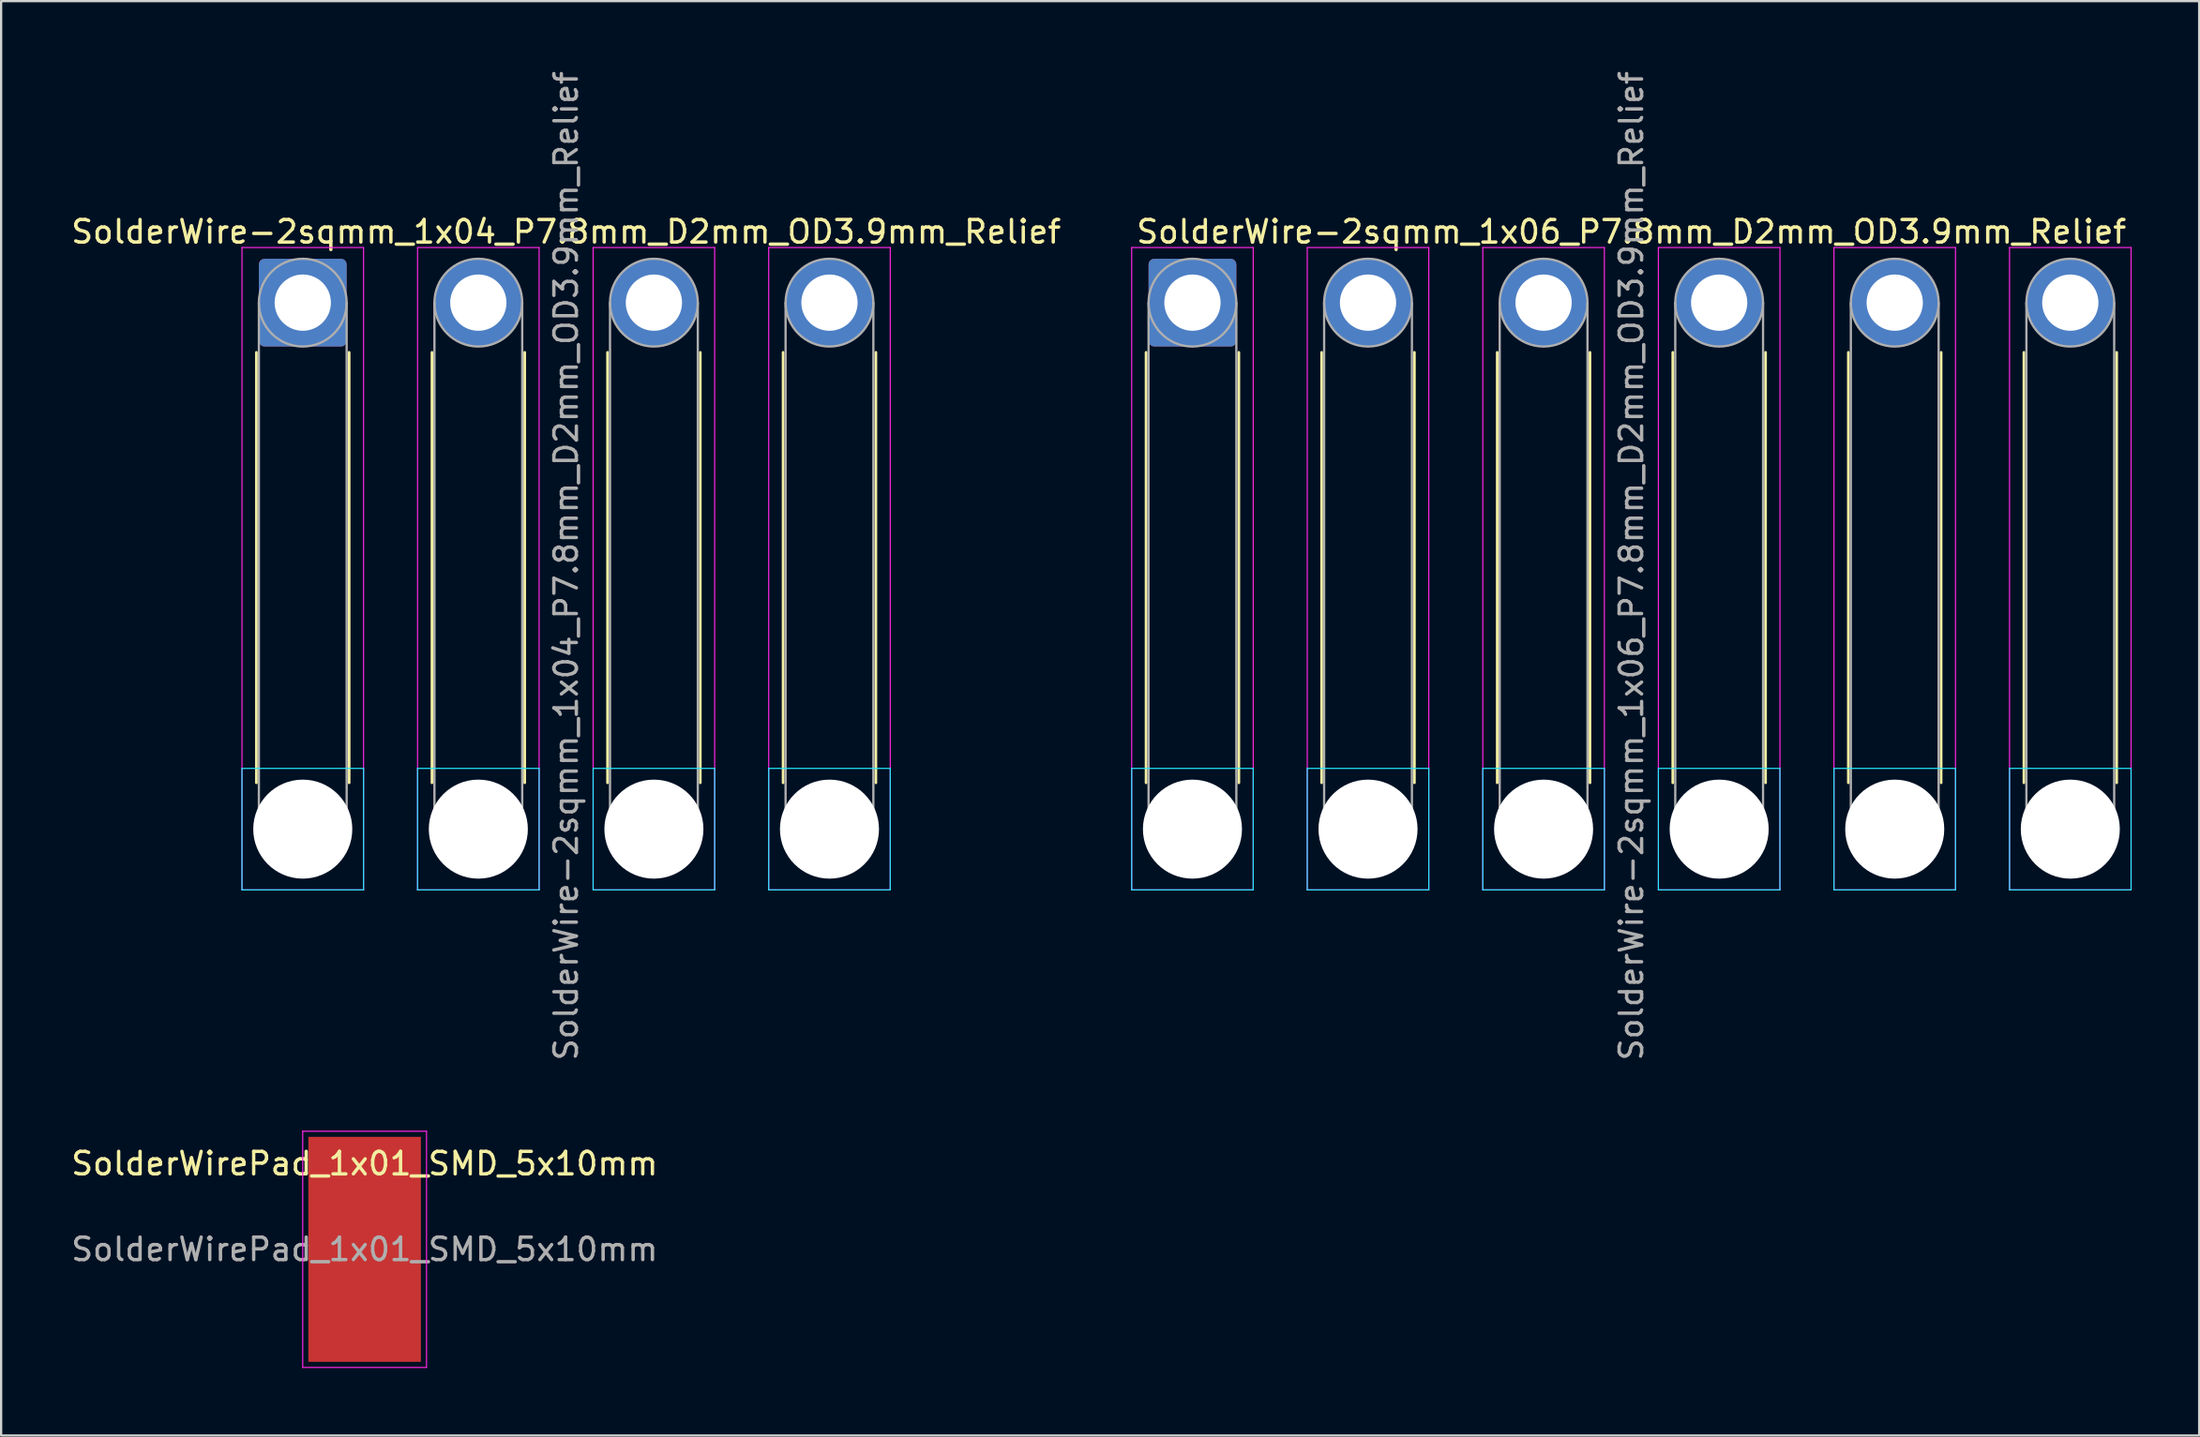
<source format=kicad_pcb>
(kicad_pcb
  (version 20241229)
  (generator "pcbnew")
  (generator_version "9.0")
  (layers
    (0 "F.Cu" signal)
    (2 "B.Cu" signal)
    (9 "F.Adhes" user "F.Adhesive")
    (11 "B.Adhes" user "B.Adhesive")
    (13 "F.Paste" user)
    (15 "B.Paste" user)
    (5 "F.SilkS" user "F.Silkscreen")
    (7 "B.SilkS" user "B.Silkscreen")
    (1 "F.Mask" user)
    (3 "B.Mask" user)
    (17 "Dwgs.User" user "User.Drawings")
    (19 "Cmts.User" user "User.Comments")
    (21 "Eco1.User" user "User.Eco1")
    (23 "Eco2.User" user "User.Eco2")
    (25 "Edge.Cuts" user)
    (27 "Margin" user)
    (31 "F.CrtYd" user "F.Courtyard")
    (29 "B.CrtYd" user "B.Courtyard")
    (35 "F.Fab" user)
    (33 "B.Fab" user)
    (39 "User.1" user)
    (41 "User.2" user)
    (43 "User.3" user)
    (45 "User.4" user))
  (footprint "SolderWire-2sqmm_1x06_P7.8mm_D2mm_OD3.9mm_Relief"
    (layer "F.Cu")
    (at 49.927 10.401)
    (property "Reference" "SolderWire-2sqmm_1x06_P7.8mm_D2mm_OD3.9mm_Relief" (at 19.5 -3.15 0) (layer "F.SilkS") (effects (font (size 1 1) (thickness 0.15))))
    (attr exclude_from_pos_files exclude_from_bom)
    (fp_line (start -2.06 2.21) (end -2.06 21.34) (stroke (width 0.12) (type solid)) (layer "F.SilkS"))
    (fp_line (start 2.06 2.21) (end 2.06 21.34) (stroke (width 0.12) (type solid)) (layer "F.SilkS"))
    (fp_line (start 5.74 2.21) (end 5.74 21.34) (stroke (width 0.12) (type solid)) (layer "F.SilkS"))
    (fp_line (start 9.86 2.21) (end 9.86 21.34) (stroke (width 0.12) (type solid)) (layer "F.SilkS"))
    (fp_line (start 13.54 2.21) (end 13.54 21.34) (stroke (width 0.12) (type solid)) (layer "F.SilkS"))
    (fp_line (start 17.66 2.21) (end 17.66 21.34) (stroke (width 0.12) (type solid)) (layer "F.SilkS"))
    (fp_line (start 21.34 2.21) (end 21.34 21.34) (stroke (width 0.12) (type solid)) (layer "F.SilkS"))
    (fp_line (start 25.46 2.21) (end 25.46 21.34) (stroke (width 0.12) (type solid)) (layer "F.SilkS"))
    (fp_line (start 29.14 2.21) (end 29.14 21.34) (stroke (width 0.12) (type solid)) (layer "F.SilkS"))
    (fp_line (start 33.26 2.21) (end 33.26 21.34) (stroke (width 0.12) (type solid)) (layer "F.SilkS"))
    (fp_line (start 36.94 2.21) (end 36.94 21.34) (stroke (width 0.12) (type solid)) (layer "F.SilkS"))
    (fp_line (start 41.06 2.21) (end 41.06 21.34) (stroke (width 0.12) (type solid)) (layer "F.SilkS"))
    (fp_line (start -2.7 20.7) (end -2.7 26.1) (stroke (width 0.05) (type solid)) (layer "B.CrtYd"))
    (fp_line (start -2.7 26.1) (end 2.7 26.1) (stroke (width 0.05) (type solid)) (layer "B.CrtYd"))
    (fp_line (start 2.7 20.7) (end -2.7 20.7) (stroke (width 0.05) (type solid)) (layer "B.CrtYd"))
    (fp_line (start 2.7 26.1) (end 2.7 20.7) (stroke (width 0.05) (type solid)) (layer "B.CrtYd"))
    (fp_line (start 5.1 20.7) (end 5.1 26.1) (stroke (width 0.05) (type solid)) (layer "B.CrtYd"))
    (fp_line (start 5.1 26.1) (end 10.5 26.1) (stroke (width 0.05) (type solid)) (layer "B.CrtYd"))
    (fp_line (start 10.5 20.7) (end 5.1 20.7) (stroke (width 0.05) (type solid)) (layer "B.CrtYd"))
    (fp_line (start 10.5 26.1) (end 10.5 20.7) (stroke (width 0.05) (type solid)) (layer "B.CrtYd"))
    (fp_line (start 12.9 20.7) (end 12.9 26.1) (stroke (width 0.05) (type solid)) (layer "B.CrtYd"))
    (fp_line (start 12.9 26.1) (end 18.3 26.1) (stroke (width 0.05) (type solid)) (layer "B.CrtYd"))
    (fp_line (start 18.3 20.7) (end 12.9 20.7) (stroke (width 0.05) (type solid)) (layer "B.CrtYd"))
    (fp_line (start 18.3 26.1) (end 18.3 20.7) (stroke (width 0.05) (type solid)) (layer "B.CrtYd"))
    (fp_line (start 20.7 20.7) (end 20.7 26.1) (stroke (width 0.05) (type solid)) (layer "B.CrtYd"))
    (fp_line (start 20.7 26.1) (end 26.1 26.1) (stroke (width 0.05) (type solid)) (layer "B.CrtYd"))
    (fp_line (start 26.1 20.7) (end 20.7 20.7) (stroke (width 0.05) (type solid)) (layer "B.CrtYd"))
    (fp_line (start 26.1 26.1) (end 26.1 20.7) (stroke (width 0.05) (type solid)) (layer "B.CrtYd"))
    (fp_line (start 28.5 20.7) (end 28.5 26.1) (stroke (width 0.05) (type solid)) (layer "B.CrtYd"))
    (fp_line (start 28.5 26.1) (end 33.9 26.1) (stroke (width 0.05) (type solid)) (layer "B.CrtYd"))
    (fp_line (start 33.9 20.7) (end 28.5 20.7) (stroke (width 0.05) (type solid)) (layer "B.CrtYd"))
    (fp_line (start 33.9 26.1) (end 33.9 20.7) (stroke (width 0.05) (type solid)) (layer "B.CrtYd"))
    (fp_line (start 36.3 20.7) (end 36.3 26.1) (stroke (width 0.05) (type solid)) (layer "B.CrtYd"))
    (fp_line (start 36.3 26.1) (end 41.7 26.1) (stroke (width 0.05) (type solid)) (layer "B.CrtYd"))
    (fp_line (start 41.7 20.7) (end 36.3 20.7) (stroke (width 0.05) (type solid)) (layer "B.CrtYd"))
    (fp_line (start 41.7 26.1) (end 41.7 20.7) (stroke (width 0.05) (type solid)) (layer "B.CrtYd"))
    (fp_line (start -2.7 -2.45) (end -2.7 26.1) (stroke (width 0.05) (type solid)) (layer "F.CrtYd"))
    (fp_line (start -2.7 26.1) (end 2.7 26.1) (stroke (width 0.05) (type solid)) (layer "F.CrtYd"))
    (fp_line (start 2.7 -2.45) (end -2.7 -2.45) (stroke (width 0.05) (type solid)) (layer "F.CrtYd"))
    (fp_line (start 2.7 26.1) (end 2.7 -2.45) (stroke (width 0.05) (type solid)) (layer "F.CrtYd"))
    (fp_line (start 5.1 -2.45) (end 5.1 26.1) (stroke (width 0.05) (type solid)) (layer "F.CrtYd"))
    (fp_line (start 5.1 26.1) (end 10.5 26.1) (stroke (width 0.05) (type solid)) (layer "F.CrtYd"))
    (fp_line (start 10.5 -2.45) (end 5.1 -2.45) (stroke (width 0.05) (type solid)) (layer "F.CrtYd"))
    (fp_line (start 10.5 26.1) (end 10.5 -2.45) (stroke (width 0.05) (type solid)) (layer "F.CrtYd"))
    (fp_line (start 12.9 -2.45) (end 12.9 26.1) (stroke (width 0.05) (type solid)) (layer "F.CrtYd"))
    (fp_line (start 12.9 26.1) (end 18.3 26.1) (stroke (width 0.05) (type solid)) (layer "F.CrtYd"))
    (fp_line (start 18.3 -2.45) (end 12.9 -2.45) (stroke (width 0.05) (type solid)) (layer "F.CrtYd"))
    (fp_line (start 18.3 26.1) (end 18.3 -2.45) (stroke (width 0.05) (type solid)) (layer "F.CrtYd"))
    (fp_line (start 20.7 -2.45) (end 20.7 26.1) (stroke (width 0.05) (type solid)) (layer "F.CrtYd"))
    (fp_line (start 20.7 26.1) (end 26.1 26.1) (stroke (width 0.05) (type solid)) (layer "F.CrtYd"))
    (fp_line (start 26.1 -2.45) (end 20.7 -2.45) (stroke (width 0.05) (type solid)) (layer "F.CrtYd"))
    (fp_line (start 26.1 26.1) (end 26.1 -2.45) (stroke (width 0.05) (type solid)) (layer "F.CrtYd"))
    (fp_line (start 28.5 -2.45) (end 28.5 26.1) (stroke (width 0.05) (type solid)) (layer "F.CrtYd"))
    (fp_line (start 28.5 26.1) (end 33.9 26.1) (stroke (width 0.05) (type solid)) (layer "F.CrtYd"))
    (fp_line (start 33.9 -2.45) (end 28.5 -2.45) (stroke (width 0.05) (type solid)) (layer "F.CrtYd"))
    (fp_line (start 33.9 26.1) (end 33.9 -2.45) (stroke (width 0.05) (type solid)) (layer "F.CrtYd"))
    (fp_line (start 36.3 -2.45) (end 36.3 26.1) (stroke (width 0.05) (type solid)) (layer "F.CrtYd"))
    (fp_line (start 36.3 26.1) (end 41.7 26.1) (stroke (width 0.05) (type solid)) (layer "F.CrtYd"))
    (fp_line (start 41.7 -2.45) (end 36.3 -2.45) (stroke (width 0.05) (type solid)) (layer "F.CrtYd"))
    (fp_line (start 41.7 26.1) (end 41.7 -2.45) (stroke (width 0.05) (type solid)) (layer "F.CrtYd"))
    (fp_line (start -1.95 0) (end -1.95 23.4) (stroke (width 0.1) (type solid)) (layer "F.Fab"))
    (fp_line (start 1.95 0) (end 1.95 23.4) (stroke (width 0.1) (type solid)) (layer "F.Fab"))
    (fp_line (start 5.85 0) (end 5.85 23.4) (stroke (width 0.1) (type solid)) (layer "F.Fab"))
    (fp_line (start 9.75 0) (end 9.75 23.4) (stroke (width 0.1) (type solid)) (layer "F.Fab"))
    (fp_line (start 13.65 0) (end 13.65 23.4) (stroke (width 0.1) (type solid)) (layer "F.Fab"))
    (fp_line (start 17.55 0) (end 17.55 23.4) (stroke (width 0.1) (type solid)) (layer "F.Fab"))
    (fp_line (start 21.45 0) (end 21.45 23.4) (stroke (width 0.1) (type solid)) (layer "F.Fab"))
    (fp_line (start 25.35 0) (end 25.35 23.4) (stroke (width 0.1) (type solid)) (layer "F.Fab"))
    (fp_line (start 29.25 0) (end 29.25 23.4) (stroke (width 0.1) (type solid)) (layer "F.Fab"))
    (fp_line (start 33.15 0) (end 33.15 23.4) (stroke (width 0.1) (type solid)) (layer "F.Fab"))
    (fp_line (start 37.05 0) (end 37.05 23.4) (stroke (width 0.1) (type solid)) (layer "F.Fab"))
    (fp_line (start 40.95 0) (end 40.95 23.4) (stroke (width 0.1) (type solid)) (layer "F.Fab"))
    (fp_circle (center 0 0) (end 1.95 0) (stroke (width 0.1) (type solid)) (fill no) (layer "F.Fab"))
    (fp_circle (center 0 23.4) (end 1.95 23.4) (stroke (width 0.1) (type solid)) (fill no) (layer "F.Fab"))
    (fp_circle (center 7.8 0) (end 9.75 0) (stroke (width 0.1) (type solid)) (fill no) (layer "F.Fab"))
    (fp_circle (center 7.8 23.4) (end 9.75 23.4) (stroke (width 0.1) (type solid)) (fill no) (layer "F.Fab"))
    (fp_circle (center 15.6 0) (end 17.55 0) (stroke (width 0.1) (type solid)) (fill no) (layer "F.Fab"))
    (fp_circle (center 15.6 23.4) (end 17.55 23.4) (stroke (width 0.1) (type solid)) (fill no) (layer "F.Fab"))
    (fp_circle (center 23.4 0) (end 25.35 0) (stroke (width 0.1) (type solid)) (fill no) (layer "F.Fab"))
    (fp_circle (center 23.4 23.4) (end 25.35 23.4) (stroke (width 0.1) (type solid)) (fill no) (layer "F.Fab"))
    (fp_circle (center 31.2 0) (end 33.15 0) (stroke (width 0.1) (type solid)) (fill no) (layer "F.Fab"))
    (fp_circle (center 31.2 23.4) (end 33.15 23.4) (stroke (width 0.1) (type solid)) (fill no) (layer "F.Fab"))
    (fp_circle (center 39 0) (end 40.95 0) (stroke (width 0.1) (type solid)) (fill no) (layer "F.Fab"))
    (fp_circle (center 39 23.4) (end 40.95 23.4) (stroke (width 0.1) (type solid)) (fill no) (layer "F.Fab"))
    (fp_text user "${REFERENCE}" (at 19.5 11.7 90) (layer "F.Fab") (effects (font (size 1 1) (thickness 0.15))))
    (pad "" np_thru_hole circle (at 0 23.4) (size 4.4 4.4) (drill 4.4) (layers "*.Cu" "*.Mask"))
    (pad "" np_thru_hole circle (at 7.8 23.4) (size 4.4 4.4) (drill 4.4) (layers "*.Cu" "*.Mask"))
    (pad "" np_thru_hole circle (at 15.6 23.4) (size 4.4 4.4) (drill 4.4) (layers "*.Cu" "*.Mask"))
    (pad "" np_thru_hole circle (at 23.4 23.4) (size 4.4 4.4) (drill 4.4) (layers "*.Cu" "*.Mask"))
    (pad "" np_thru_hole circle (at 31.2 23.4) (size 4.4 4.4) (drill 4.4) (layers "*.Cu" "*.Mask"))
    (pad "" np_thru_hole circle (at 39 23.4) (size 4.4 4.4) (drill 4.4) (layers "*.Cu" "*.Mask"))
    (pad "1" thru_hole roundrect (at 0 0) (size 3.9 3.9) (drill 2.5) (layers "*.Cu" "*.Mask") (roundrect_rratio 0.064))
    (pad "2" thru_hole circle (at 7.8 0) (size 3.9 3.9) (drill 2.5) (layers "*.Cu" "*.Mask"))
    (pad "3" thru_hole circle (at 15.6 0) (size 3.9 3.9) (drill 2.5) (layers "*.Cu" "*.Mask"))
    (pad "4" thru_hole circle (at 23.4 0) (size 3.9 3.9) (drill 2.5) (layers "*.Cu" "*.Mask"))
    (pad "5" thru_hole circle (at 31.2 0) (size 3.9 3.9) (drill 2.5) (layers "*.Cu" "*.Mask"))
    (pad "6" thru_hole circle (at 39 0) (size 3.9 3.9) (drill 2.5) (layers "*.Cu" "*.Mask")))
  (footprint "SolderWire-2sqmm_1x04_P7.8mm_D2mm_OD3.9mm_Relief"
    (layer "F.Cu")
    (at 10.401 10.401)
    (property "Reference" "SolderWire-2sqmm_1x04_P7.8mm_D2mm_OD3.9mm_Relief" (at 11.7 -3.15 0) (layer "F.SilkS") (effects (font (size 1 1) (thickness 0.15))))
    (attr exclude_from_pos_files exclude_from_bom)
    (fp_line (start -2.06 2.21) (end -2.06 21.34) (stroke (width 0.12) (type solid)) (layer "F.SilkS"))
    (fp_line (start 2.06 2.21) (end 2.06 21.34) (stroke (width 0.12) (type solid)) (layer "F.SilkS"))
    (fp_line (start 5.74 2.21) (end 5.74 21.34) (stroke (width 0.12) (type solid)) (layer "F.SilkS"))
    (fp_line (start 9.86 2.21) (end 9.86 21.34) (stroke (width 0.12) (type solid)) (layer "F.SilkS"))
    (fp_line (start 13.54 2.21) (end 13.54 21.34) (stroke (width 0.12) (type solid)) (layer "F.SilkS"))
    (fp_line (start 17.66 2.21) (end 17.66 21.34) (stroke (width 0.12) (type solid)) (layer "F.SilkS"))
    (fp_line (start 21.34 2.21) (end 21.34 21.34) (stroke (width 0.12) (type solid)) (layer "F.SilkS"))
    (fp_line (start 25.46 2.21) (end 25.46 21.34) (stroke (width 0.12) (type solid)) (layer "F.SilkS"))
    (fp_line (start -2.7 20.7) (end -2.7 26.1) (stroke (width 0.05) (type solid)) (layer "B.CrtYd"))
    (fp_line (start -2.7 26.1) (end 2.7 26.1) (stroke (width 0.05) (type solid)) (layer "B.CrtYd"))
    (fp_line (start 2.7 20.7) (end -2.7 20.7) (stroke (width 0.05) (type solid)) (layer "B.CrtYd"))
    (fp_line (start 2.7 26.1) (end 2.7 20.7) (stroke (width 0.05) (type solid)) (layer "B.CrtYd"))
    (fp_line (start 5.1 20.7) (end 5.1 26.1) (stroke (width 0.05) (type solid)) (layer "B.CrtYd"))
    (fp_line (start 5.1 26.1) (end 10.5 26.1) (stroke (width 0.05) (type solid)) (layer "B.CrtYd"))
    (fp_line (start 10.5 20.7) (end 5.1 20.7) (stroke (width 0.05) (type solid)) (layer "B.CrtYd"))
    (fp_line (start 10.5 26.1) (end 10.5 20.7) (stroke (width 0.05) (type solid)) (layer "B.CrtYd"))
    (fp_line (start 12.9 20.7) (end 12.9 26.1) (stroke (width 0.05) (type solid)) (layer "B.CrtYd"))
    (fp_line (start 12.9 26.1) (end 18.3 26.1) (stroke (width 0.05) (type solid)) (layer "B.CrtYd"))
    (fp_line (start 18.3 20.7) (end 12.9 20.7) (stroke (width 0.05) (type solid)) (layer "B.CrtYd"))
    (fp_line (start 18.3 26.1) (end 18.3 20.7) (stroke (width 0.05) (type solid)) (layer "B.CrtYd"))
    (fp_line (start 20.7 20.7) (end 20.7 26.1) (stroke (width 0.05) (type solid)) (layer "B.CrtYd"))
    (fp_line (start 20.7 26.1) (end 26.1 26.1) (stroke (width 0.05) (type solid)) (layer "B.CrtYd"))
    (fp_line (start 26.1 20.7) (end 20.7 20.7) (stroke (width 0.05) (type solid)) (layer "B.CrtYd"))
    (fp_line (start 26.1 26.1) (end 26.1 20.7) (stroke (width 0.05) (type solid)) (layer "B.CrtYd"))
    (fp_line (start -2.7 -2.45) (end -2.7 26.1) (stroke (width 0.05) (type solid)) (layer "F.CrtYd"))
    (fp_line (start -2.7 26.1) (end 2.7 26.1) (stroke (width 0.05) (type solid)) (layer "F.CrtYd"))
    (fp_line (start 2.7 -2.45) (end -2.7 -2.45) (stroke (width 0.05) (type solid)) (layer "F.CrtYd"))
    (fp_line (start 2.7 26.1) (end 2.7 -2.45) (stroke (width 0.05) (type solid)) (layer "F.CrtYd"))
    (fp_line (start 5.1 -2.45) (end 5.1 26.1) (stroke (width 0.05) (type solid)) (layer "F.CrtYd"))
    (fp_line (start 5.1 26.1) (end 10.5 26.1) (stroke (width 0.05) (type solid)) (layer "F.CrtYd"))
    (fp_line (start 10.5 -2.45) (end 5.1 -2.45) (stroke (width 0.05) (type solid)) (layer "F.CrtYd"))
    (fp_line (start 10.5 26.1) (end 10.5 -2.45) (stroke (width 0.05) (type solid)) (layer "F.CrtYd"))
    (fp_line (start 12.9 -2.45) (end 12.9 26.1) (stroke (width 0.05) (type solid)) (layer "F.CrtYd"))
    (fp_line (start 12.9 26.1) (end 18.3 26.1) (stroke (width 0.05) (type solid)) (layer "F.CrtYd"))
    (fp_line (start 18.3 -2.45) (end 12.9 -2.45) (stroke (width 0.05) (type solid)) (layer "F.CrtYd"))
    (fp_line (start 18.3 26.1) (end 18.3 -2.45) (stroke (width 0.05) (type solid)) (layer "F.CrtYd"))
    (fp_line (start 20.7 -2.45) (end 20.7 26.1) (stroke (width 0.05) (type solid)) (layer "F.CrtYd"))
    (fp_line (start 20.7 26.1) (end 26.1 26.1) (stroke (width 0.05) (type solid)) (layer "F.CrtYd"))
    (fp_line (start 26.1 -2.45) (end 20.7 -2.45) (stroke (width 0.05) (type solid)) (layer "F.CrtYd"))
    (fp_line (start 26.1 26.1) (end 26.1 -2.45) (stroke (width 0.05) (type solid)) (layer "F.CrtYd"))
    (fp_line (start -1.95 0) (end -1.95 23.4) (stroke (width 0.1) (type solid)) (layer "F.Fab"))
    (fp_line (start 1.95 0) (end 1.95 23.4) (stroke (width 0.1) (type solid)) (layer "F.Fab"))
    (fp_line (start 5.85 0) (end 5.85 23.4) (stroke (width 0.1) (type solid)) (layer "F.Fab"))
    (fp_line (start 9.75 0) (end 9.75 23.4) (stroke (width 0.1) (type solid)) (layer "F.Fab"))
    (fp_line (start 13.65 0) (end 13.65 23.4) (stroke (width 0.1) (type solid)) (layer "F.Fab"))
    (fp_line (start 17.55 0) (end 17.55 23.4) (stroke (width 0.1) (type solid)) (layer "F.Fab"))
    (fp_line (start 21.45 0) (end 21.45 23.4) (stroke (width 0.1) (type solid)) (layer "F.Fab"))
    (fp_line (start 25.35 0) (end 25.35 23.4) (stroke (width 0.1) (type solid)) (layer "F.Fab"))
    (fp_circle (center 0 0) (end 1.95 0) (stroke (width 0.1) (type solid)) (fill no) (layer "F.Fab"))
    (fp_circle (center 0 23.4) (end 1.95 23.4) (stroke (width 0.1) (type solid)) (fill no) (layer "F.Fab"))
    (fp_circle (center 7.8 0) (end 9.75 0) (stroke (width 0.1) (type solid)) (fill no) (layer "F.Fab"))
    (fp_circle (center 7.8 23.4) (end 9.75 23.4) (stroke (width 0.1) (type solid)) (fill no) (layer "F.Fab"))
    (fp_circle (center 15.6 0) (end 17.55 0) (stroke (width 0.1) (type solid)) (fill no) (layer "F.Fab"))
    (fp_circle (center 15.6 23.4) (end 17.55 23.4) (stroke (width 0.1) (type solid)) (fill no) (layer "F.Fab"))
    (fp_circle (center 23.4 0) (end 25.35 0) (stroke (width 0.1) (type solid)) (fill no) (layer "F.Fab"))
    (fp_circle (center 23.4 23.4) (end 25.35 23.4) (stroke (width 0.1) (type solid)) (fill no) (layer "F.Fab"))
    (fp_text user "${REFERENCE}" (at 11.7 11.7 90) (layer "F.Fab") (effects (font (size 1 1) (thickness 0.15))))
    (pad "" np_thru_hole circle (at 0 23.4) (size 4.4 4.4) (drill 4.4) (layers "*.Cu" "*.Mask"))
    (pad "" np_thru_hole circle (at 7.8 23.4) (size 4.4 4.4) (drill 4.4) (layers "*.Cu" "*.Mask"))
    (pad "" np_thru_hole circle (at 15.6 23.4) (size 4.4 4.4) (drill 4.4) (layers "*.Cu" "*.Mask"))
    (pad "" np_thru_hole circle (at 23.4 23.4) (size 4.4 4.4) (drill 4.4) (layers "*.Cu" "*.Mask"))
    (pad "1" thru_hole roundrect (at 0 0) (size 3.9 3.9) (drill 2.5) (layers "*.Cu" "*.Mask") (roundrect_rratio 0.064))
    (pad "2" thru_hole circle (at 7.8 0) (size 3.9 3.9) (drill 2.5) (layers "*.Cu" "*.Mask"))
    (pad "3" thru_hole circle (at 15.6 0) (size 3.9 3.9) (drill 2.5) (layers "*.Cu" "*.Mask"))
    (pad "4" thru_hole circle (at 23.4 0) (size 3.9 3.9) (drill 2.5) (layers "*.Cu" "*.Mask")))
  (footprint "SolderWirePad_1x01_SMD_5x10mm"
    (layer "F.Cu")
    (at 13.149 52.477)
    (property "Reference" "SolderWirePad_1x01_SMD_5x10mm" (at 0 -3.81 0) (layer "F.SilkS") (effects (font (size 1 1) (thickness 0.15))))
    (attr smd exclude_from_pos_files exclude_from_bom)
    (fp_line (start -2.75 -5.25) (end -2.75 5.25) (stroke (width 0.05) (type solid)) (layer "F.CrtYd"))
    (fp_line (start -2.75 5.25) (end 2.75 5.25) (stroke (width 0.05) (type solid)) (layer "F.CrtYd"))
    (fp_line (start 2.75 -5.25) (end -2.75 -5.25) (stroke (width 0.05) (type solid)) (layer "F.CrtYd"))
    (fp_line (start 2.75 5.25) (end 2.75 -5.25) (stroke (width 0.05) (type solid)) (layer "F.CrtYd"))
    (fp_text user "${REFERENCE}" (at 0 0 0) (layer "F.Fab") (effects (font (size 1 1) (thickness 0.15))))
    (pad "1" smd rect (at 0 0) (size 5 10) (layers "F.Cu" "F.Mask" "F.Paste")))
  (gr_rect
    (start -3 -3)
    (end 94.652 60.752)
    (stroke (width 0.1) (type default))
    (fill no)
    (layer "Edge.Cuts")))
</source>
